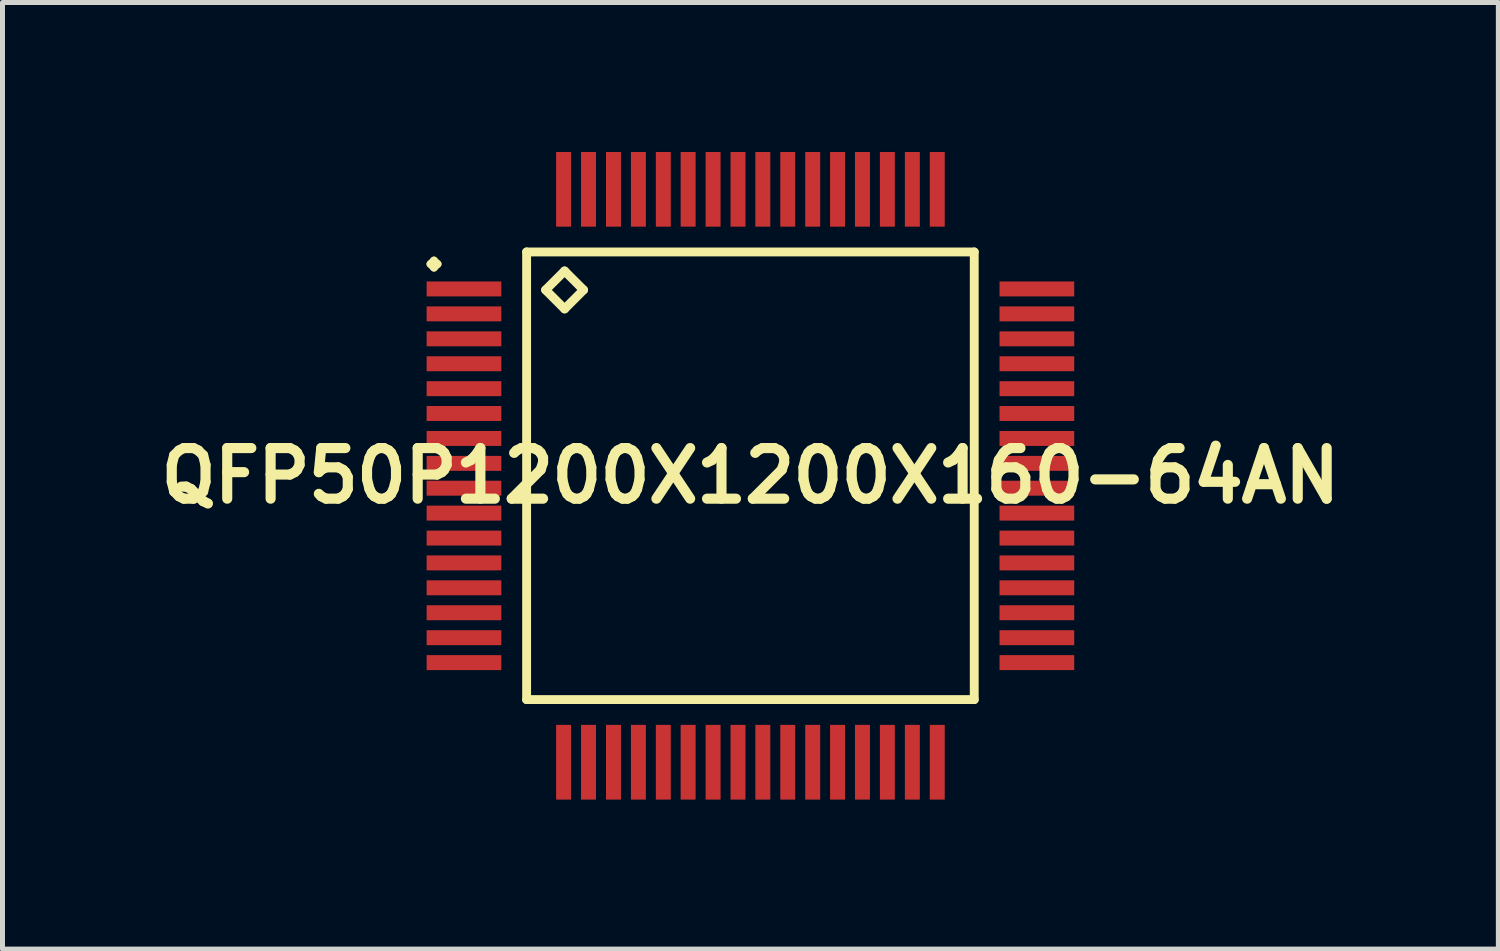
<source format=kicad_pcb>
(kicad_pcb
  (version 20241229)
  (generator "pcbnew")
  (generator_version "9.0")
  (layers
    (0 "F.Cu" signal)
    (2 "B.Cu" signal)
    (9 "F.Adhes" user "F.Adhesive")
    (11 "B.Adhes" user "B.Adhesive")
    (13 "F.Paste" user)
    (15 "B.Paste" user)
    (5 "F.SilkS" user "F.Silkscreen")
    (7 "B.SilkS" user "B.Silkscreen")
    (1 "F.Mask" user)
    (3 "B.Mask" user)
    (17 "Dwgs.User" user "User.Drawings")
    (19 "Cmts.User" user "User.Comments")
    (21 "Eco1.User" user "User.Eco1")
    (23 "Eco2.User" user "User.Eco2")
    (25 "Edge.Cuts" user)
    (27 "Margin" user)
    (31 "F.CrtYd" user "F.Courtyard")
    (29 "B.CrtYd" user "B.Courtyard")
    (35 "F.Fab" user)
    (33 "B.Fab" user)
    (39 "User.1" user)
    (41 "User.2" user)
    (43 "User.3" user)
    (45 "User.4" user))
  (footprint "QFP50P1200X1200X160-64AN"
    (layer "F.Cu")
    (at 12.008 6.497)
    (property "Reference" "QFP50P1200X1200X160-64AN" (at 0 0 0) (layer "F.SilkS") (effects (font (size 1.016 1.016) (thickness 0.203))))
    (attr smd)
    (fp_line (start -6.424 -4.249) (end -6.35 -4.323) (stroke (width 0.15) (type solid)) (layer "F.SilkS"))
    (fp_line (start -6.35 -4.323) (end -6.274 -4.249) (stroke (width 0.15) (type solid)) (layer "F.SilkS"))
    (fp_line (start -6.35 -4.173) (end -6.424 -4.249) (stroke (width 0.15) (type solid)) (layer "F.SilkS"))
    (fp_line (start -6.274 -4.249) (end -6.35 -4.173) (stroke (width 0.15) (type solid)) (layer "F.SilkS"))
    (fp_line (start -4.491 -4.491) (end -4.491 4.491) (stroke (width 0.178) (type solid)) (layer "F.SilkS"))
    (fp_line (start -4.491 4.491) (end 4.491 4.491) (stroke (width 0.178) (type solid)) (layer "F.SilkS"))
    (fp_line (start -4.11 -3.729) (end -3.729 -4.11) (stroke (width 0.178) (type solid)) (layer "F.SilkS"))
    (fp_line (start -3.729 -4.11) (end -3.348 -3.729) (stroke (width 0.178) (type solid)) (layer "F.SilkS"))
    (fp_line (start -3.729 -3.348) (end -4.11 -3.729) (stroke (width 0.178) (type solid)) (layer "F.SilkS"))
    (fp_line (start -3.348 -3.729) (end -3.729 -3.348) (stroke (width 0.178) (type solid)) (layer "F.SilkS"))
    (fp_line (start 4.491 -4.491) (end -4.491 -4.491) (stroke (width 0.178) (type solid)) (layer "F.SilkS"))
    (fp_line (start 4.491 4.491) (end 4.491 -4.491) (stroke (width 0.178) (type solid)) (layer "F.SilkS"))
    (pad "1" smd rect (at -5.748 -3.749) (size 1.499 0.3) (layers "F.Cu" "F.Mask" "F.Paste"))
    (pad "2" smd rect (at -5.748 -3.249) (size 1.499 0.3) (layers "F.Cu" "F.Mask" "F.Paste"))
    (pad "3" smd rect (at -5.748 -2.748) (size 1.499 0.3) (layers "F.Cu" "F.Mask" "F.Paste"))
    (pad "4" smd rect (at -5.748 -2.248) (size 1.499 0.3) (layers "F.Cu" "F.Mask" "F.Paste"))
    (pad "5" smd rect (at -5.748 -1.748) (size 1.499 0.3) (layers "F.Cu" "F.Mask" "F.Paste"))
    (pad "6" smd rect (at -5.748 -1.25) (size 1.499 0.3) (layers "F.Cu" "F.Mask" "F.Paste"))
    (pad "7" smd rect (at -5.748 -0.749) (size 1.499 0.3) (layers "F.Cu" "F.Mask" "F.Paste"))
    (pad "8" smd rect (at -5.748 -0.249) (size 1.499 0.3) (layers "F.Cu" "F.Mask" "F.Paste"))
    (pad "9" smd rect (at -5.748 0.249) (size 1.499 0.3) (layers "F.Cu" "F.Mask" "F.Paste"))
    (pad "10" smd rect (at -5.748 0.749) (size 1.499 0.3) (layers "F.Cu" "F.Mask" "F.Paste"))
    (pad "11" smd rect (at -5.748 1.25) (size 1.499 0.3) (layers "F.Cu" "F.Mask" "F.Paste"))
    (pad "12" smd rect (at -5.748 1.748) (size 1.499 0.3) (layers "F.Cu" "F.Mask" "F.Paste"))
    (pad "13" smd rect (at -5.748 2.248) (size 1.499 0.3) (layers "F.Cu" "F.Mask" "F.Paste"))
    (pad "14" smd rect (at -5.748 2.748) (size 1.499 0.3) (layers "F.Cu" "F.Mask" "F.Paste"))
    (pad "15" smd rect (at -5.748 3.249) (size 1.499 0.3) (layers "F.Cu" "F.Mask" "F.Paste"))
    (pad "16" smd rect (at -5.748 3.749) (size 1.499 0.3) (layers "F.Cu" "F.Mask" "F.Paste"))
    (pad "17" smd rect (at -3.749 5.748) (size 0.3 1.499) (layers "F.Cu" "F.Mask" "F.Paste"))
    (pad "18" smd rect (at -3.249 5.748) (size 0.3 1.499) (layers "F.Cu" "F.Mask" "F.Paste"))
    (pad "19" smd rect (at -2.748 5.748) (size 0.3 1.499) (layers "F.Cu" "F.Mask" "F.Paste"))
    (pad "20" smd rect (at -2.248 5.748) (size 0.3 1.499) (layers "F.Cu" "F.Mask" "F.Paste"))
    (pad "21" smd rect (at -1.748 5.748) (size 0.3 1.499) (layers "F.Cu" "F.Mask" "F.Paste"))
    (pad "22" smd rect (at -1.25 5.748) (size 0.3 1.499) (layers "F.Cu" "F.Mask" "F.Paste"))
    (pad "23" smd rect (at -0.749 5.748) (size 0.3 1.499) (layers "F.Cu" "F.Mask" "F.Paste"))
    (pad "24" smd rect (at -0.249 5.748) (size 0.3 1.499) (layers "F.Cu" "F.Mask" "F.Paste"))
    (pad "25" smd rect (at 0.249 5.748) (size 0.3 1.499) (layers "F.Cu" "F.Mask" "F.Paste"))
    (pad "26" smd rect (at 0.749 5.748) (size 0.3 1.499) (layers "F.Cu" "F.Mask" "F.Paste"))
    (pad "27" smd rect (at 1.25 5.748) (size 0.3 1.499) (layers "F.Cu" "F.Mask" "F.Paste"))
    (pad "28" smd rect (at 1.748 5.748) (size 0.3 1.499) (layers "F.Cu" "F.Mask" "F.Paste"))
    (pad "29" smd rect (at 2.248 5.748) (size 0.3 1.499) (layers "F.Cu" "F.Mask" "F.Paste"))
    (pad "30" smd rect (at 2.748 5.748) (size 0.3 1.499) (layers "F.Cu" "F.Mask" "F.Paste"))
    (pad "31" smd rect (at 3.249 5.748) (size 0.3 1.499) (layers "F.Cu" "F.Mask" "F.Paste"))
    (pad "32" smd rect (at 3.749 5.748) (size 0.3 1.499) (layers "F.Cu" "F.Mask" "F.Paste"))
    (pad "33" smd rect (at 5.748 3.749) (size 1.499 0.3) (layers "F.Cu" "F.Mask" "F.Paste"))
    (pad "34" smd rect (at 5.748 3.249) (size 1.499 0.3) (layers "F.Cu" "F.Mask" "F.Paste"))
    (pad "35" smd rect (at 5.748 2.748) (size 1.499 0.3) (layers "F.Cu" "F.Mask" "F.Paste"))
    (pad "36" smd rect (at 5.748 2.248) (size 1.499 0.3) (layers "F.Cu" "F.Mask" "F.Paste"))
    (pad "37" smd rect (at 5.748 1.748) (size 1.499 0.3) (layers "F.Cu" "F.Mask" "F.Paste"))
    (pad "38" smd rect (at 5.748 1.25) (size 1.499 0.3) (layers "F.Cu" "F.Mask" "F.Paste"))
    (pad "39" smd rect (at 5.748 0.749) (size 1.499 0.3) (layers "F.Cu" "F.Mask" "F.Paste"))
    (pad "40" smd rect (at 5.748 0.249) (size 1.499 0.3) (layers "F.Cu" "F.Mask" "F.Paste"))
    (pad "41" smd rect (at 5.748 -0.249) (size 1.499 0.3) (layers "F.Cu" "F.Mask" "F.Paste"))
    (pad "42" smd rect (at 5.748 -0.749) (size 1.499 0.3) (layers "F.Cu" "F.Mask" "F.Paste"))
    (pad "43" smd rect (at 5.748 -1.25) (size 1.499 0.3) (layers "F.Cu" "F.Mask" "F.Paste"))
    (pad "44" smd rect (at 5.748 -1.748) (size 1.499 0.3) (layers "F.Cu" "F.Mask" "F.Paste"))
    (pad "45" smd rect (at 5.748 -2.248) (size 1.499 0.3) (layers "F.Cu" "F.Mask" "F.Paste"))
    (pad "46" smd rect (at 5.748 -2.748) (size 1.499 0.3) (layers "F.Cu" "F.Mask" "F.Paste"))
    (pad "47" smd rect (at 5.748 -3.249) (size 1.499 0.3) (layers "F.Cu" "F.Mask" "F.Paste"))
    (pad "48" smd rect (at 5.748 -3.749) (size 1.499 0.3) (layers "F.Cu" "F.Mask" "F.Paste"))
    (pad "49" smd rect (at 3.749 -5.748) (size 0.3 1.499) (layers "F.Cu" "F.Mask" "F.Paste"))
    (pad "50" smd rect (at 3.249 -5.748) (size 0.3 1.499) (layers "F.Cu" "F.Mask" "F.Paste"))
    (pad "51" smd rect (at 2.748 -5.748) (size 0.3 1.499) (layers "F.Cu" "F.Mask" "F.Paste"))
    (pad "52" smd rect (at 2.248 -5.748) (size 0.3 1.499) (layers "F.Cu" "F.Mask" "F.Paste"))
    (pad "53" smd rect (at 1.748 -5.748) (size 0.3 1.499) (layers "F.Cu" "F.Mask" "F.Paste"))
    (pad "54" smd rect (at 1.25 -5.748) (size 0.3 1.499) (layers "F.Cu" "F.Mask" "F.Paste"))
    (pad "55" smd rect (at 0.749 -5.748) (size 0.3 1.499) (layers "F.Cu" "F.Mask" "F.Paste"))
    (pad "56" smd rect (at 0.249 -5.748) (size 0.3 1.499) (layers "F.Cu" "F.Mask" "F.Paste"))
    (pad "57" smd rect (at -0.249 -5.748) (size 0.3 1.499) (layers "F.Cu" "F.Mask" "F.Paste"))
    (pad "58" smd rect (at -0.749 -5.748) (size 0.3 1.499) (layers "F.Cu" "F.Mask" "F.Paste"))
    (pad "59" smd rect (at -1.25 -5.748) (size 0.3 1.499) (layers "F.Cu" "F.Mask" "F.Paste"))
    (pad "60" smd rect (at -1.748 -5.748) (size 0.3 1.499) (layers "F.Cu" "F.Mask" "F.Paste"))
    (pad "61" smd rect (at -2.248 -5.748) (size 0.3 1.499) (layers "F.Cu" "F.Mask" "F.Paste"))
    (pad "62" smd rect (at -2.748 -5.748) (size 0.3 1.499) (layers "F.Cu" "F.Mask" "F.Paste"))
    (pad "63" smd rect (at -3.249 -5.748) (size 0.3 1.499) (layers "F.Cu" "F.Mask" "F.Paste"))
    (pad "64" smd rect (at -3.749 -5.748) (size 0.3 1.499) (layers "F.Cu" "F.Mask" "F.Paste")))
  (gr_rect
    (start -3 -3)
    (end 27.016 15.995)
    (stroke (width 0.1) (type default))
    (fill no)
    (layer "Edge.Cuts")))
</source>
